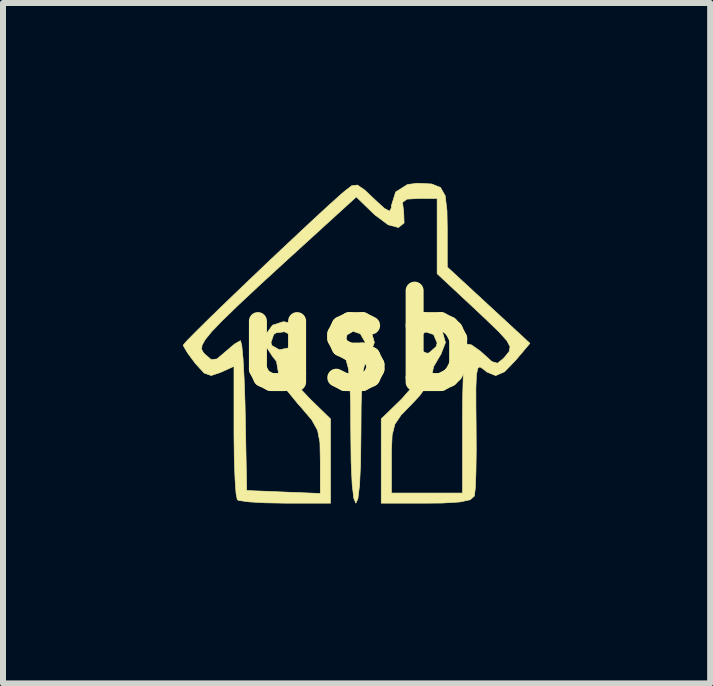
<source format=kicad_pcb>
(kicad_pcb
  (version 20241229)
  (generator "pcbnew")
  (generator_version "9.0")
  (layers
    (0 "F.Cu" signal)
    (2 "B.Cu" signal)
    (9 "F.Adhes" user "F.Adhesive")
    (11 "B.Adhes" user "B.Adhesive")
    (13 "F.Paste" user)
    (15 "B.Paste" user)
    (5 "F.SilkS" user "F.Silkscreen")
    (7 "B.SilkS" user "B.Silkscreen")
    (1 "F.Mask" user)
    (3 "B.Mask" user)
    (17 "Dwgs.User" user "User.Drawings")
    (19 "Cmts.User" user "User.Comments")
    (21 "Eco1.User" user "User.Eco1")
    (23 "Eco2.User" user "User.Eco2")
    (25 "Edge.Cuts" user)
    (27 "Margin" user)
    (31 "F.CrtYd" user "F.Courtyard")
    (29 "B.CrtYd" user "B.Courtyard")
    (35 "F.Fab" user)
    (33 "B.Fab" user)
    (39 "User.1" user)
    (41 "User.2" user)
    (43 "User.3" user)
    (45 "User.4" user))
  (footprint "usb"
    (layer "F.Cu")
    (at 2.883 2.63)
    (property "Reference" "usb" (at 0 0 0) (layer "F.SilkS") (effects (font (size 1.524 1.524) (thickness 0.3))))
    (attr through_hole)
    (fp_poly (pts (xy 0.076 -0.299) (xy 0.252 -0.169) (xy 0.309 0.03) (xy 0.23 0.234) (xy 0.219 0.246) (xy 0.163 0.339) (xy 0.124 0.49) (xy 0.1 0.729) (xy 0.088 1.081) (xy 0.085 1.552) (xy 0.079 2.039) (xy 0.062 2.405) (xy 0.034 2.634) (xy 0 2.709) (xy -0.035 2.627) (xy -0.062 2.392) (xy -0.079 2.02) (xy -0.085 1.534) (xy -0.088 1.042) (xy -0.101 0.694) (xy -0.124 0.463) (xy -0.162 0.324) (xy -0.212 0.254) (xy -0.325 0.077) (xy -0.319 -0.006) (xy -0.169 -0.006) (xy -0.114 0.139) (xy 0.006 0.169) (xy 0.141 0.124) (xy 0.153 0.022) (xy 0.075 -0.115) (xy -0.047 -0.156) (xy -0.147 -0.097) (xy -0.169 -0.006) (xy -0.319 -0.006) (xy -0.312 -0.111) (xy -0.2 -0.26) (xy -0.015 -0.315) (xy 0.076 -0.299)) (stroke (width 0.01) (type solid)) (fill yes) (layer "F.SilkS"))
    (fp_poly (pts (xy 1.264 -2.613) (xy 1.411 -2.554) (xy 1.489 -2.418) (xy 1.519 -2.17) (xy 1.524 -1.875) (xy 1.524 -1.228) (xy 2.213 -0.592) (xy 2.902 0.044) (xy 2.671 0.318) (xy 2.479 0.518) (xy 2.331 0.582) (xy 2.186 0.523) (xy 2.123 0.472) (xy 2.068 0.436) (xy 2.031 0.461) (xy 2.01 0.572) (xy 2.001 0.792) (xy 2.002 1.145) (xy 2.005 1.412) (xy 2.007 1.827) (xy 2.002 2.186) (xy 1.992 2.452) (xy 1.976 2.588) (xy 1.975 2.591) (xy 1.905 2.652) (xy 1.734 2.689) (xy 1.437 2.707) (xy 1.176 2.709) (xy 0.423 2.709) (xy 0.423 1.304) (xy 0.762 0.974) (xy 0.999 0.705) (xy 1.091 0.495) (xy 1.042 0.325) (xy 0.974 0.254) (xy 0.86 0.077) (xy 0.863 0.036) (xy 1.027 0.036) (xy 1.074 0.162) (xy 1.188 0.21) (xy 1.224 0.201) (xy 1.339 0.098) (xy 1.355 0.038) (xy 1.296 -0.103) (xy 1.169 -0.145) (xy 1.082 -0.1) (xy 1.027 0.036) (xy 0.863 0.036) (xy 0.873 -0.111) (xy 0.986 -0.26) (xy 1.17 -0.315) (xy 1.262 -0.299) (xy 1.437 -0.169) (xy 1.494 0.03) (xy 1.415 0.234) (xy 1.405 0.246) (xy 1.296 0.433) (xy 1.27 0.561) (xy 1.212 0.71) (xy 1.064 0.916) (xy 0.931 1.058) (xy 0.751 1.243) (xy 0.65 1.394) (xy 0.605 1.572) (xy 0.593 1.838) (xy 0.593 1.965) (xy 0.593 2.54) (xy 1.778 2.54) (xy 1.778 1.326) (xy 1.782 0.889) (xy 1.792 0.514) (xy 1.808 0.232) (xy 1.828 0.075) (xy 1.836 0.055) (xy 1.927 0.07) (xy 2.08 0.178) (xy 2.117 0.212) (xy 2.269 0.349) (xy 2.362 0.376) (xy 2.456 0.3) (xy 2.494 0.258) (xy 2.557 0.178) (xy 2.571 0.101) (xy 2.519 0.001) (xy 2.385 -0.148) (xy 2.151 -0.373) (xy 2.001 -0.514) (xy 1.355 -1.117) (xy 1.355 -2.371) (xy 1.049 -2.371) (xy 0.85 -2.36) (xy 0.778 -2.305) (xy 0.794 -2.172) (xy 0.797 -2.157) (xy 0.804 -1.963) (xy 0.71 -1.887) (xy 0.54 -1.932) (xy 0.315 -2.099) (xy 0.294 -2.119) (xy 0.007 -2.397) (xy -0.61 -1.835) (xy -1.174 -1.321) (xy -1.624 -0.908) (xy -1.971 -0.583) (xy -2.227 -0.335) (xy -2.404 -0.151) (xy -2.512 -0.018) (xy -2.564 0.075) (xy -2.572 0.142) (xy -2.545 0.195) (xy -2.521 0.222) (xy -2.41 0.316) (xy -2.315 0.304) (xy -2.176 0.186) (xy -2.024 0.057) (xy -1.925 0.000122) (xy -1.923 0) (xy -1.902 0.08) (xy -1.881 0.299) (xy -1.863 0.629) (xy -1.848 1.04) (xy -1.844 1.249) (xy -1.82 2.498) (xy -1.206 2.523) (xy -0.593 2.547) (xy -0.593 2.003) (xy -0.599 1.7) (xy -0.638 1.495) (xy -0.735 1.32) (xy -0.918 1.105) (xy -0.963 1.056) (xy -1.17 0.802) (xy -1.283 0.601) (xy -1.295 0.511) (xy -1.323 0.345) (xy -1.391 0.259) (xy -1.507 0.081) (xy -1.504 0.031) (xy -1.416 0.031) (xy -1.399 0.082) (xy -1.275 0.152) (xy -1.122 0.12) (xy -1.037 0.021) (xy -1.067 -0.088) (xy -1.19 -0.149) (xy -1.331 -0.131) (xy -1.37 -0.103) (xy -1.416 0.031) (xy -1.504 0.031) (xy -1.498 -0.108) (xy -1.39 -0.258) (xy -1.209 -0.317) (xy -1.113 -0.3) (xy -0.932 -0.174) (xy -0.892 0.025) (xy -0.972 0.221) (xy -1.073 0.413) (xy -1.077 0.575) (xy -0.971 0.753) (xy -0.762 0.974) (xy -0.423 1.304) (xy -0.423 2.709) (xy -1.171 2.709) (xy -1.512 2.703) (xy -1.785 2.687) (xy -1.949 2.664) (xy -1.976 2.653) (xy -1.997 2.551) (xy -2.014 2.314) (xy -2.027 1.976) (xy -2.032 1.57) (xy -2.032 1.512) (xy -2.032 0.427) (xy -2.254 0.528) (xy -2.412 0.581) (xy -2.529 0.54) (xy -2.673 0.383) (xy -2.677 0.378) (xy -2.807 0.203) (xy -2.875 0.086) (xy -2.878 0.073) (xy -2.82 0.005) (xy -2.659 -0.158) (xy -2.417 -0.397) (xy -2.115 -0.689) (xy -1.775 -1.015) (xy -1.418 -1.355) (xy -1.065 -1.687) (xy -0.738 -1.993) (xy -0.459 -2.251) (xy -0.247 -2.441) (xy -0.189 -2.491) (xy -0.068 -2.584) (xy 0.026 -2.595) (xy 0.146 -2.513) (xy 0.298 -2.369) (xy 0.474 -2.207) (xy 0.562 -2.159) (xy 0.591 -2.212) (xy 0.593 -2.252) (xy 0.663 -2.479) (xy 0.861 -2.604) (xy 1.026 -2.625) (xy 1.264 -2.613)) (stroke (width 0.01) (type solid)) (fill yes) (layer "F.SilkS")))
  (gr_rect
    (start -3 -3)
    (end 8.79 8.344)
    (stroke (width 0.1) (type default))
    (fill no)
    (layer "Edge.Cuts")))
</source>
